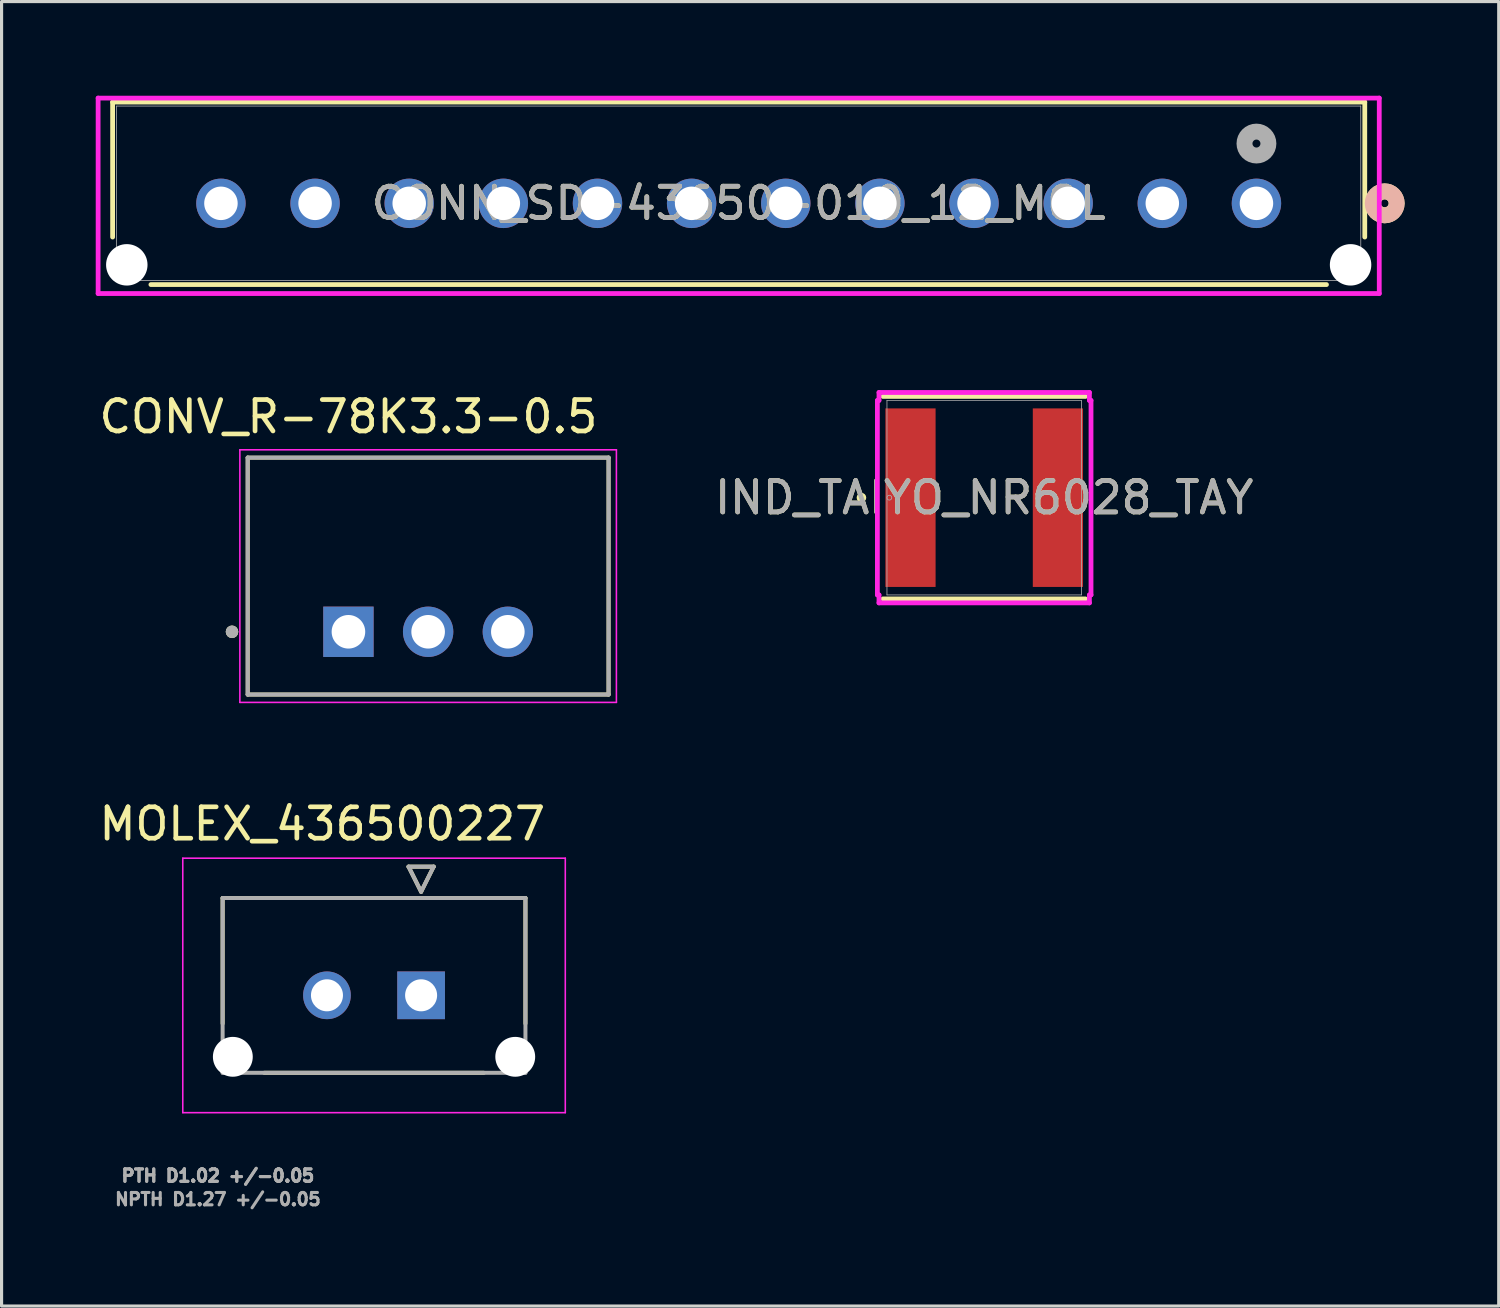
<source format=kicad_pcb>
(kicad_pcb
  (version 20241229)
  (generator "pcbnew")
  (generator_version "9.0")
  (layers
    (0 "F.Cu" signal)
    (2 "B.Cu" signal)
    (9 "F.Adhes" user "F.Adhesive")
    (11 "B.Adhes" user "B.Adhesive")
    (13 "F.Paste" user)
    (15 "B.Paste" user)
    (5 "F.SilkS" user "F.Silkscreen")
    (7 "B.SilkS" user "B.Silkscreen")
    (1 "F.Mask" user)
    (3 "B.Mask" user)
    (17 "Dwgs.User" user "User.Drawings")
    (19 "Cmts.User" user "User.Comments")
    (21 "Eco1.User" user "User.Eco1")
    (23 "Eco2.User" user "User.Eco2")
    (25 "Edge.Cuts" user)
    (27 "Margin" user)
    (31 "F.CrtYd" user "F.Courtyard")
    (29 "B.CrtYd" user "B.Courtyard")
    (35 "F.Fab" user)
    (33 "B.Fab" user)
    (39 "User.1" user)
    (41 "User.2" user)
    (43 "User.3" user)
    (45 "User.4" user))
  (footprint "MOLEX_436500227"
    (layer "F.Cu")
    (at 10.37 28.669)
    (property "Reference" "MOLEX_436500227" (at -3.15 -5.462 0) (layer "F.SilkS") (effects (font (size 1 1) (thickness 0.15))))
    (attr through_hole)
    (fp_circle (center -6 1.96) (end -5.644 1.96) (stroke (width 0.711) (type solid)) (fill no) (layer "F.Mask"))
    (fp_circle (center -3 0) (end -2.582 0) (stroke (width 0.836) (type solid)) (fill no) (layer "F.Mask"))
    (fp_circle (center 3 1.96) (end 3.356 1.96) (stroke (width 0.711) (type solid)) (fill no) (layer "F.Mask"))
    (fp_poly (pts (xy -0.836 -0.836) (xy 0.836 -0.836) (xy 0.836 0.836) (xy -0.836 0.836)) (stroke (width 0.01) (type solid)) (fill yes) (layer "F.Mask"))
    (fp_circle (center -6 1.96) (end -5.644 1.96) (stroke (width 0.711) (type solid)) (fill no) (layer "B.Mask"))
    (fp_circle (center -3 0) (end -2.582 0) (stroke (width 0.836) (type solid)) (fill no) (layer "B.Mask"))
    (fp_circle (center 3 1.96) (end 3.356 1.96) (stroke (width 0.711) (type solid)) (fill no) (layer "B.Mask"))
    (fp_poly (pts (xy -0.836 -0.836) (xy 0.836 -0.836) (xy 0.836 0.836) (xy -0.836 0.836)) (stroke (width 0.01) (type solid)) (fill yes) (layer "B.Mask"))
    (fp_line (start -6.325 -3.1) (end -6.325 0.9) (stroke (width 0.127) (type solid)) (layer "F.SilkS"))
    (fp_line (start -6.325 -3.1) (end 3.325 -3.1) (stroke (width 0.127) (type solid)) (layer "F.SilkS"))
    (fp_line (start -0.4 -4.1) (end 0.4 -4.1) (stroke (width 0.127) (type solid)) (layer "F.SilkS"))
    (fp_line (start 0 -3.3) (end -0.4 -4.1) (stroke (width 0.127) (type solid)) (layer "F.SilkS"))
    (fp_line (start 0.4 -4.1) (end 0 -3.3) (stroke (width 0.127) (type solid)) (layer "F.SilkS"))
    (fp_line (start 2 2.47) (end -5 2.47) (stroke (width 0.127) (type solid)) (layer "F.SilkS"))
    (fp_line (start 3.325 -3.1) (end 3.325 0.9) (stroke (width 0.127) (type solid)) (layer "F.SilkS"))
    (fp_line (start -7.595 -4.37) (end 4.595 -4.37) (stroke (width 0.05) (type solid)) (layer "F.CrtYd"))
    (fp_line (start -7.595 3.74) (end -7.595 -4.37) (stroke (width 0.05) (type solid)) (layer "F.CrtYd"))
    (fp_line (start 4.595 3.74) (end -7.595 3.74) (stroke (width 0.05) (type solid)) (layer "F.CrtYd"))
    (fp_line (start 4.595 3.74) (end 4.595 -4.37) (stroke (width 0.05) (type solid)) (layer "F.CrtYd"))
    (fp_line (start -6.325 -3.1) (end 3.325 -3.1) (stroke (width 0.127) (type solid)) (layer "F.Fab"))
    (fp_line (start -6.325 2.47) (end -6.325 -3.1) (stroke (width 0.127) (type solid)) (layer "F.Fab"))
    (fp_line (start -0.4 -4.1) (end 0.4 -4.1) (stroke (width 0.127) (type solid)) (layer "F.Fab"))
    (fp_line (start 0 -3.3) (end -0.4 -4.1) (stroke (width 0.127) (type solid)) (layer "F.Fab"))
    (fp_line (start 0.4 -4.1) (end 0 -3.3) (stroke (width 0.127) (type solid)) (layer "F.Fab"))
    (fp_line (start 3.325 2.47) (end -6.325 2.47) (stroke (width 0.127) (type solid)) (layer "F.Fab"))
    (fp_line (start 3.325 2.47) (end 3.325 -3.1) (stroke (width 0.127) (type solid)) (layer "F.Fab"))
    (fp_text user "PTH D1.02 +/-0.05 " (at -6.325 5.75 0) (layer "F.Fab") (effects (font (size 0.394 0.394) (thickness 0.15))))
    (fp_text user "PTH D1.02 +/-0.05 " (at -6.325 5.75 0) (layer "F.Fab") (effects (font (size 0.394 0.394) (thickness 0.15))))
    (fp_text user "NPTH D1.27 +/-0.05 " (at -6.325 6.5 0) (layer "F.Fab") (effects (font (size 0.394 0.394) (thickness 0.15))))
    (pad "" np_thru_hole circle (at -6 1.96) (size 1.27 1.27) (drill 1.27) (layers "*.Cu" "*.Mask"))
    (pad "" np_thru_hole circle (at 3 1.96) (size 1.27 1.27) (drill 1.27) (layers "*.Cu" "*.Mask"))
    (pad "1" thru_hole rect (at 0 0) (size 1.52 1.52) (drill 1.02) (layers "*.Cu"))
    (pad "2" thru_hole circle (at -3 0) (size 1.52 1.52) (drill 1.02) (layers "*.Cu")))
  (footprint "IND_TAIYO_NR6028_TAY"
    (layer "F.Cu")
    (at 28.315 12.81)
    (property "Reference" "IND_TAIYO_NR6028_TAY" (at 0 0 0) (unlocked yes) (layer "F.SilkS") (effects (font (size 1 1) (thickness 0.15))))
    (attr smd)
    (fp_line (start -3.226 3.226) (end 3.226 3.226) (stroke (width 0.152) (type solid)) (layer "F.SilkS"))
    (fp_line (start 3.226 -3.226) (end -3.226 -3.226) (stroke (width 0.152) (type solid)) (layer "F.SilkS"))
    (fp_circle (center -3.912 0) (end -3.835 0) (stroke (width 0.152) (type solid)) (fill no) (layer "F.SilkS"))
    (fp_line (start -3.404 -3.099) (end -3.353 -3.099) (stroke (width 0.152) (type solid)) (layer "F.CrtYd"))
    (fp_line (start -3.404 3.099) (end -3.404 -3.099) (stroke (width 0.152) (type solid)) (layer "F.CrtYd"))
    (fp_line (start -3.353 -3.353) (end 3.353 -3.353) (stroke (width 0.152) (type solid)) (layer "F.CrtYd"))
    (fp_line (start -3.353 -3.099) (end -3.353 -3.353) (stroke (width 0.152) (type solid)) (layer "F.CrtYd"))
    (fp_line (start -3.353 3.099) (end -3.404 3.099) (stroke (width 0.152) (type solid)) (layer "F.CrtYd"))
    (fp_line (start -3.353 3.353) (end -3.353 3.099) (stroke (width 0.152) (type solid)) (layer "F.CrtYd"))
    (fp_line (start 3.353 -3.353) (end 3.353 -3.099) (stroke (width 0.152) (type solid)) (layer "F.CrtYd"))
    (fp_line (start 3.353 -3.099) (end 3.404 -3.099) (stroke (width 0.152) (type solid)) (layer "F.CrtYd"))
    (fp_line (start 3.353 3.099) (end 3.353 3.353) (stroke (width 0.152) (type solid)) (layer "F.CrtYd"))
    (fp_line (start 3.353 3.353) (end -3.353 3.353) (stroke (width 0.152) (type solid)) (layer "F.CrtYd"))
    (fp_line (start 3.404 -3.099) (end 3.404 3.099) (stroke (width 0.152) (type solid)) (layer "F.CrtYd"))
    (fp_line (start 3.404 3.099) (end 3.353 3.099) (stroke (width 0.152) (type solid)) (layer "F.CrtYd"))
    (fp_line (start -3.099 -3.099) (end -3.099 3.099) (stroke (width 0.025) (type solid)) (layer "F.Fab"))
    (fp_line (start -3.099 3.099) (end 3.099 3.099) (stroke (width 0.025) (type solid)) (layer "F.Fab"))
    (fp_line (start 3.099 -3.099) (end -3.099 -3.099) (stroke (width 0.025) (type solid)) (layer "F.Fab"))
    (fp_line (start 3.099 3.099) (end 3.099 -3.099) (stroke (width 0.025) (type solid)) (layer "F.Fab"))
    (fp_circle (center -3.023 0) (end -2.946 0) (stroke (width 0.025) (type solid)) (fill no) (layer "F.Fab"))
    (fp_text user "${REFERENCE}" (at 0 0 0) (unlocked yes) (layer "F.Fab") (effects (font (size 1 1) (thickness 0.15))))
    (pad "1" smd rect (at -2.349 0) (size 1.6 5.69) (layers "F.Cu" "F.Mask" "F.Paste"))
    (pad "2" smd rect (at 2.349 0) (size 1.6 5.69) (layers "F.Cu" "F.Mask" "F.Paste"))
    (zone (net_name "") (layer "F.Cu") (hatch full 0.508) (connect_pads) (min_thickness 0.254) (filled_areas_thickness no) (keepout (tracks not_allowed) (vias not_allowed) (pads allowed) (copperpour not_allowed) (footprints allowed)) (placement (enabled no)) (fill) (polygon (pts (xy 26.816 9.762) (xy 29.814 9.762) (xy 29.814 15.858) (xy 26.816 15.858)))))
  (footprint "CONV_R-78K3.3-0.5"
    (layer "F.Cu")
    (at 10.594 15.309)
    (property "Reference" "CONV_R-78K3.3-0.5" (at -2.54 -5.08 0) (layer "F.SilkS") (effects (font (size 1 1) (thickness 0.15))))
    (attr through_hole)
    (fp_line (start -5.75 -3.775) (end 5.75 -3.775) (stroke (width 0.127) (type solid)) (layer "F.SilkS"))
    (fp_line (start -5.75 3.775) (end -5.75 -3.775) (stroke (width 0.127) (type solid)) (layer "F.SilkS"))
    (fp_line (start 5.75 -3.775) (end 5.75 3.775) (stroke (width 0.127) (type solid)) (layer "F.SilkS"))
    (fp_line (start 5.75 3.775) (end -5.75 3.775) (stroke (width 0.127) (type solid)) (layer "F.SilkS"))
    (fp_circle (center -6.25 1.775) (end -6.15 1.775) (stroke (width 0.2) (type solid)) (fill no) (layer "F.SilkS"))
    (fp_line (start -6 -4.025) (end -6 4.025) (stroke (width 0.05) (type solid)) (layer "F.CrtYd"))
    (fp_line (start -6 4.025) (end 6 4.025) (stroke (width 0.05) (type solid)) (layer "F.CrtYd"))
    (fp_line (start 6 -4.025) (end -6 -4.025) (stroke (width 0.05) (type solid)) (layer "F.CrtYd"))
    (fp_line (start 6 4.025) (end 6 -4.025) (stroke (width 0.05) (type solid)) (layer "F.CrtYd"))
    (fp_line (start -5.75 -3.775) (end 5.75 -3.775) (stroke (width 0.127) (type solid)) (layer "F.Fab"))
    (fp_line (start -5.75 3.775) (end -5.75 -3.775) (stroke (width 0.127) (type solid)) (layer "F.Fab"))
    (fp_line (start 5.75 -3.775) (end 5.75 3.775) (stroke (width 0.127) (type solid)) (layer "F.Fab"))
    (fp_line (start 5.75 3.775) (end -5.75 3.775) (stroke (width 0.127) (type solid)) (layer "F.Fab"))
    (fp_circle (center -6.25 1.775) (end -6.15 1.775) (stroke (width 0.2) (type solid)) (fill no) (layer "F.Fab"))
    (pad "1" thru_hole rect (at -2.54 1.775) (size 1.605 1.605) (drill 1.07) (layers "*.Cu" "*.Mask"))
    (pad "2" thru_hole circle (at 0 1.775) (size 1.605 1.605) (drill 1.07) (layers "*.Cu" "*.Mask"))
    (pad "3" thru_hole circle (at 2.54 1.775) (size 1.605 1.605) (drill 1.07) (layers "*.Cu" "*.Mask")))
  (footprint "CONN_SD-43650-010_12_MOL"
    (layer "F.Cu")
    (at 20.491 3.111)
    (property "Reference" "CONN_SD-43650-010_12_MOL" (at 0 0.319 0) (unlocked yes) (layer "F.SilkS") (effects (font (size 1 1) (thickness 0.15))))
    (attr through_hole)
    (fp_line (start -19.952 -2.908) (end -19.952 1.394) (stroke (width 0.152) (type solid)) (layer "F.SilkS"))
    (fp_line (start -18.732 2.908) (end 18.732 2.908) (stroke (width 0.152) (type solid)) (layer "F.SilkS"))
    (fp_line (start 19.952 -2.908) (end -19.952 -2.908) (stroke (width 0.152) (type solid)) (layer "F.SilkS"))
    (fp_line (start 19.952 1.394) (end 19.952 -2.908) (stroke (width 0.152) (type solid)) (layer "F.SilkS"))
    (fp_circle (center 20.587 0.319) (end 20.968 0.319) (stroke (width 0.508) (type solid)) (fill no) (layer "F.SilkS"))
    (fp_circle (center 20.587 0.319) (end 20.968 0.319) (stroke (width 0.508) (type solid)) (fill no) (layer "B.SilkS"))
    (fp_line (start -20.414 -3.035) (end -20.414 3.193) (stroke (width 0.152) (type solid)) (layer "F.CrtYd"))
    (fp_line (start -20.414 3.193) (end 20.414 3.193) (stroke (width 0.152) (type solid)) (layer "F.CrtYd"))
    (fp_line (start 20.414 -3.035) (end -20.414 -3.035) (stroke (width 0.152) (type solid)) (layer "F.CrtYd"))
    (fp_line (start 20.414 3.193) (end 20.414 -3.035) (stroke (width 0.152) (type solid)) (layer "F.CrtYd"))
    (fp_line (start -19.825 -2.781) (end -19.825 2.781) (stroke (width 0.025) (type solid)) (layer "F.Fab"))
    (fp_line (start -19.825 2.781) (end 19.825 2.781) (stroke (width 0.025) (type solid)) (layer "F.Fab"))
    (fp_line (start 19.825 -2.781) (end -19.825 -2.781) (stroke (width 0.025) (type solid)) (layer "F.Fab"))
    (fp_line (start 19.825 2.781) (end 19.825 -2.781) (stroke (width 0.025) (type solid)) (layer "F.Fab"))
    (fp_circle (center 16.5 -1.586) (end 16.881 -1.586) (stroke (width 0.508) (type solid)) (fill no) (layer "F.Fab"))
    (fp_text user "${REFERENCE}" (at 0 0.319 0) (unlocked yes) (layer "F.Fab") (effects (font (size 1 1) (thickness 0.15))))
    (pad "" np_thru_hole circle (at -19.5 2.279) (size 1.321 1.321) (drill 1.321) (layers "*.Cu" "*.Mask"))
    (pad "" np_thru_hole circle (at 19.5 2.279) (size 1.321 1.321) (drill 1.321) (layers "*.Cu" "*.Mask"))
    (pad "1" thru_hole circle (at 16.5 0.319) (size 1.575 1.575) (drill 1.067) (layers "*.Cu" "*.Mask"))
    (pad "2" thru_hole circle (at 13.5 0.319) (size 1.575 1.575) (drill 1.067) (layers "*.Cu" "*.Mask"))
    (pad "3" thru_hole circle (at 10.5 0.319) (size 1.575 1.575) (drill 1.067) (layers "*.Cu" "*.Mask"))
    (pad "4" thru_hole circle (at 7.5 0.319) (size 1.575 1.575) (drill 1.067) (layers "*.Cu" "*.Mask"))
    (pad "5" thru_hole circle (at 4.5 0.319) (size 1.575 1.575) (drill 1.067) (layers "*.Cu" "*.Mask"))
    (pad "6" thru_hole circle (at 1.5 0.319) (size 1.575 1.575) (drill 1.067) (layers "*.Cu" "*.Mask"))
    (pad "7" thru_hole circle (at -1.5 0.319) (size 1.575 1.575) (drill 1.067) (layers "*.Cu" "*.Mask"))
    (pad "8" thru_hole circle (at -4.5 0.319) (size 1.575 1.575) (drill 1.067) (layers "*.Cu" "*.Mask"))
    (pad "9" thru_hole circle (at -7.5 0.319) (size 1.575 1.575) (drill 1.067) (layers "*.Cu" "*.Mask"))
    (pad "10" thru_hole circle (at -10.5 0.319) (size 1.575 1.575) (drill 1.067) (layers "*.Cu" "*.Mask"))
    (pad "11" thru_hole circle (at -13.5 0.319) (size 1.575 1.575) (drill 1.067) (layers "*.Cu" "*.Mask"))
    (pad "12" thru_hole circle (at -16.5 0.319) (size 1.575 1.575) (drill 1.067) (layers "*.Cu" "*.Mask")))
  (gr_rect
    (start -3 -3)
    (end 44.712 38.572)
    (stroke (width 0.1) (type default))
    (fill no)
    (layer "Edge.Cuts")))
</source>
